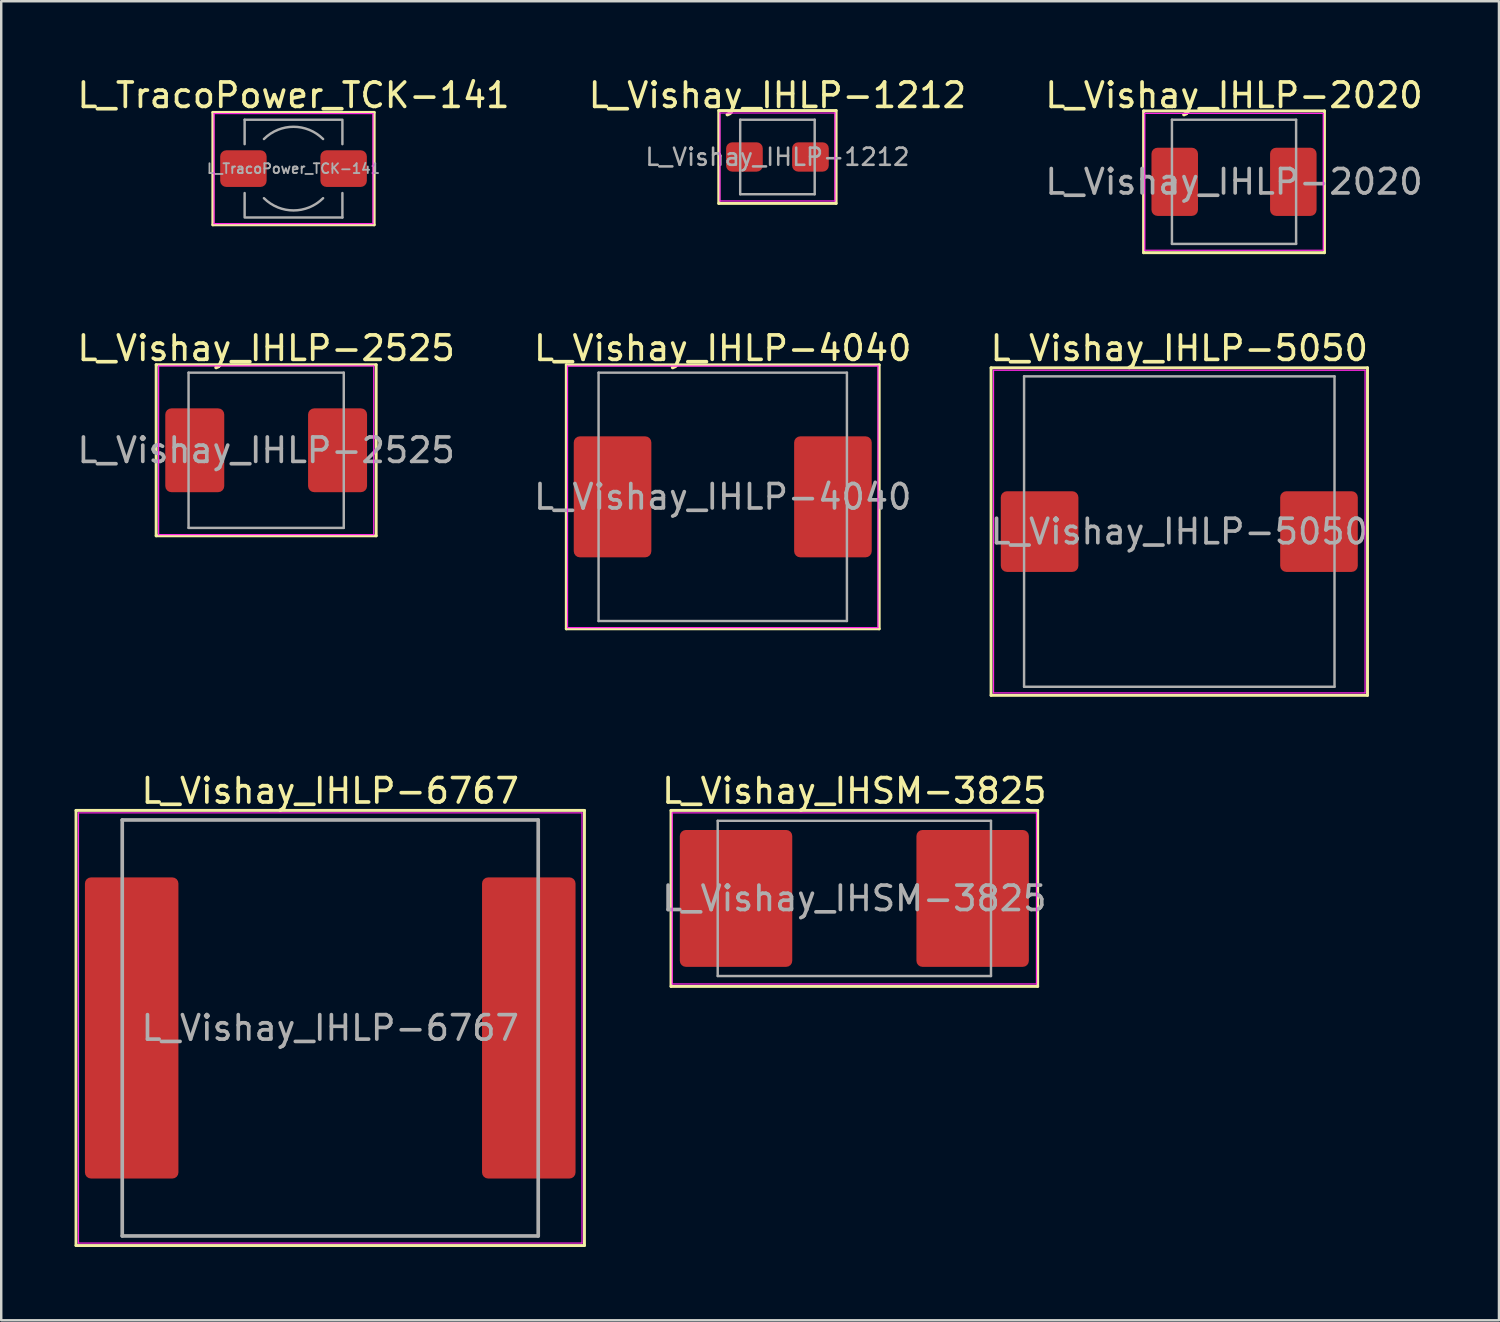
<source format=kicad_pcb>
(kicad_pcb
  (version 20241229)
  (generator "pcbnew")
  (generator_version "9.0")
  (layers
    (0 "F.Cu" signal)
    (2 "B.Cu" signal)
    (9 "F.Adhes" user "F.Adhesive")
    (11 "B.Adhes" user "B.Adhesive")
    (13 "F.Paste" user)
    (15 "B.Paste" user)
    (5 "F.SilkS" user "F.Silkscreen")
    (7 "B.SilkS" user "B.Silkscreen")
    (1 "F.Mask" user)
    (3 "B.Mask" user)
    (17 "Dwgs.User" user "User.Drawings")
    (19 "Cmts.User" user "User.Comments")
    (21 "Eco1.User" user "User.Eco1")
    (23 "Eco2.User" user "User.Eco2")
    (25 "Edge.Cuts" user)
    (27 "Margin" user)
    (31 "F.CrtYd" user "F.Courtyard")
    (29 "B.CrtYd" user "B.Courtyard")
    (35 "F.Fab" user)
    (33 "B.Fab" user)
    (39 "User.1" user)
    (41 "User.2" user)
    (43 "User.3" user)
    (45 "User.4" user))
  (footprint "L_Vishay_IHLP-2525"
    (layer "F.Cu")
    (at 7.839 15.371)
    (property "Reference" "L_Vishay_IHLP-2525" (at 0 -4.175 0) (layer "F.SilkS") (effects (font (size 1 1) (thickness 0.15))))
    (attr smd)
    (fp_line (start -4.5 -3.5) (end -4.5 3.5) (stroke (width 0.12) (type solid)) (layer "F.SilkS"))
    (fp_line (start -4.5 3.5) (end 4.5 3.5) (stroke (width 0.12) (type solid)) (layer "F.SilkS"))
    (fp_line (start 4.5 -3.5) (end -4.5 -3.5) (stroke (width 0.12) (type solid)) (layer "F.SilkS"))
    (fp_line (start 4.5 3.5) (end 4.5 -3.5) (stroke (width 0.12) (type solid)) (layer "F.SilkS"))
    (fp_line (start -4.4 -3.45) (end -4.4 3.45) (stroke (width 0.05) (type solid)) (layer "F.CrtYd"))
    (fp_line (start -4.4 3.45) (end 4.4 3.45) (stroke (width 0.05) (type solid)) (layer "F.CrtYd"))
    (fp_line (start 4.4 -3.45) (end -4.4 -3.45) (stroke (width 0.05) (type solid)) (layer "F.CrtYd"))
    (fp_line (start 4.4 3.45) (end 4.4 -3.45) (stroke (width 0.05) (type solid)) (layer "F.CrtYd"))
    (fp_line (start -3.175 -3.175) (end -3.175 3.175) (stroke (width 0.1) (type solid)) (layer "F.Fab"))
    (fp_line (start -3.175 3.175) (end 3.175 3.175) (stroke (width 0.1) (type solid)) (layer "F.Fab"))
    (fp_line (start 3.175 -3.175) (end -3.175 -3.175) (stroke (width 0.1) (type solid)) (layer "F.Fab"))
    (fp_line (start 3.175 3.175) (end 3.175 -3.175) (stroke (width 0.1) (type solid)) (layer "F.Fab"))
    (fp_text user "${REFERENCE}" (at 0 0 0) (layer "F.Fab") (effects (font (size 1 1) (thickness 0.15))))
    (pad "1" smd roundrect (at -2.921 0) (size 2.413 3.429) (layers "F.Cu" "F.Mask" "F.Paste") (roundrect_rratio 0.104))
    (pad "2" smd roundrect (at 2.921 0) (size 2.413 3.429) (layers "F.Cu" "F.Mask" "F.Paste") (roundrect_rratio 0.104)))
  (footprint "L_Vishay_IHLP-4040"
    (layer "F.Cu")
    (at 26.518 17.276)
    (property "Reference" "L_Vishay_IHLP-4040" (at 0 -6.08 0) (layer "F.SilkS") (effects (font (size 1 1) (thickness 0.15))))
    (attr smd)
    (fp_line (start -6.4 -5.4) (end -6.4 5.4) (stroke (width 0.12) (type solid)) (layer "F.SilkS"))
    (fp_line (start -6.4 5.4) (end 6.4 5.4) (stroke (width 0.12) (type solid)) (layer "F.SilkS"))
    (fp_line (start 6.4 -5.4) (end -6.4 -5.4) (stroke (width 0.12) (type solid)) (layer "F.SilkS"))
    (fp_line (start 6.4 5.4) (end 6.4 -5.4) (stroke (width 0.12) (type solid)) (layer "F.SilkS"))
    (fp_line (start -6.35 -5.35) (end -6.35 5.35) (stroke (width 0.05) (type solid)) (layer "F.CrtYd"))
    (fp_line (start -6.35 5.35) (end 6.35 5.35) (stroke (width 0.05) (type solid)) (layer "F.CrtYd"))
    (fp_line (start 6.35 -5.35) (end -6.35 -5.35) (stroke (width 0.05) (type solid)) (layer "F.CrtYd"))
    (fp_line (start 6.35 5.35) (end 6.35 -5.35) (stroke (width 0.05) (type solid)) (layer "F.CrtYd"))
    (fp_line (start -5.08 -5.08) (end -5.08 5.08) (stroke (width 0.1) (type solid)) (layer "F.Fab"))
    (fp_line (start -5.08 5.08) (end 5.08 5.08) (stroke (width 0.1) (type solid)) (layer "F.Fab"))
    (fp_line (start 5.08 -5.08) (end -5.08 -5.08) (stroke (width 0.1) (type solid)) (layer "F.Fab"))
    (fp_line (start 5.08 5.08) (end 5.08 -5.08) (stroke (width 0.1) (type solid)) (layer "F.Fab"))
    (fp_text user "${REFERENCE}" (at 0 0 0) (layer "F.Fab") (effects (font (size 1 1) (thickness 0.15))))
    (pad "1" smd roundrect (at -4.508 0) (size 3.175 4.95) (layers "F.Cu" "F.Mask" "F.Paste") (roundrect_rratio 0.079))
    (pad "2" smd roundrect (at 4.508 0) (size 3.175 4.95) (layers "F.Cu" "F.Mask" "F.Paste") (roundrect_rratio 0.079)))
  (footprint "L_Vishay_IHLP-5050"
    (layer "F.Cu")
    (at 45.196 18.697)
    (property "Reference" "L_Vishay_IHLP-5050" (at 0 -7.5 0) (layer "F.SilkS") (effects (font (size 1 1) (thickness 0.15))))
    (attr smd)
    (fp_line (start -7.7 -6.7) (end -7.7 6.7) (stroke (width 0.12) (type solid)) (layer "F.SilkS"))
    (fp_line (start -7.7 6.7) (end 7.7 6.7) (stroke (width 0.12) (type solid)) (layer "F.SilkS"))
    (fp_line (start 7.7 -6.7) (end -7.7 -6.7) (stroke (width 0.12) (type solid)) (layer "F.SilkS"))
    (fp_line (start 7.7 6.7) (end 7.7 -6.7) (stroke (width 0.12) (type solid)) (layer "F.SilkS"))
    (fp_line (start -7.6 -6.6) (end -7.6 6.6) (stroke (width 0.05) (type solid)) (layer "F.CrtYd"))
    (fp_line (start -7.6 6.6) (end 7.6 6.6) (stroke (width 0.05) (type solid)) (layer "F.CrtYd"))
    (fp_line (start 7.6 -6.6) (end -7.6 -6.6) (stroke (width 0.05) (type solid)) (layer "F.CrtYd"))
    (fp_line (start 7.6 6.6) (end 7.6 -6.6) (stroke (width 0.05) (type solid)) (layer "F.CrtYd"))
    (fp_line (start -6.35 -6.35) (end -6.35 6.35) (stroke (width 0.1) (type solid)) (layer "F.Fab"))
    (fp_line (start -6.35 6.35) (end 6.35 6.35) (stroke (width 0.1) (type solid)) (layer "F.Fab"))
    (fp_line (start 6.35 -6.35) (end -6.35 -6.35) (stroke (width 0.1) (type solid)) (layer "F.Fab"))
    (fp_line (start 6.35 6.35) (end 6.35 -6.35) (stroke (width 0.1) (type solid)) (layer "F.Fab"))
    (fp_text user "${REFERENCE}" (at 0 0 0) (layer "F.Fab") (effects (font (size 1 1) (thickness 0.15))))
    (pad "1" smd roundrect (at -5.715 0) (size 3.175 3.3) (layers "F.Cu" "F.Mask" "F.Paste") (roundrect_rratio 0.079))
    (pad "2" smd roundrect (at 5.715 0) (size 3.175 3.3) (layers "F.Cu" "F.Mask" "F.Paste") (roundrect_rratio 0.079)))
  (footprint "L_Vishay_IHLP-2020"
    (layer "F.Cu")
    (at 47.435 4.388)
    (property "Reference" "L_Vishay_IHLP-2020" (at 0 -3.54 0) (layer "F.SilkS") (effects (font (size 1 1) (thickness 0.15))))
    (attr smd)
    (fp_line (start -3.7 -2.9) (end -3.7 2.9) (stroke (width 0.12) (type solid)) (layer "F.SilkS"))
    (fp_line (start -3.7 2.9) (end 3.7 2.9) (stroke (width 0.12) (type solid)) (layer "F.SilkS"))
    (fp_line (start 3.7 -2.9) (end -3.7 -2.9) (stroke (width 0.12) (type solid)) (layer "F.SilkS"))
    (fp_line (start 3.7 2.9) (end 3.7 -2.9) (stroke (width 0.12) (type solid)) (layer "F.SilkS"))
    (fp_line (start -3.65 -2.8) (end -3.65 2.8) (stroke (width 0.05) (type solid)) (layer "F.CrtYd"))
    (fp_line (start -3.65 2.8) (end 3.65 2.8) (stroke (width 0.05) (type solid)) (layer "F.CrtYd"))
    (fp_line (start 3.65 -2.8) (end -3.65 -2.8) (stroke (width 0.05) (type solid)) (layer "F.CrtYd"))
    (fp_line (start 3.65 2.8) (end 3.65 -2.8) (stroke (width 0.05) (type solid)) (layer "F.CrtYd"))
    (fp_line (start -2.54 -2.54) (end -2.54 2.54) (stroke (width 0.1) (type solid)) (layer "F.Fab"))
    (fp_line (start -2.54 2.54) (end 2.54 2.54) (stroke (width 0.1) (type solid)) (layer "F.Fab"))
    (fp_line (start 2.54 -2.54) (end -2.54 -2.54) (stroke (width 0.1) (type solid)) (layer "F.Fab"))
    (fp_line (start 2.54 2.54) (end 2.54 -2.54) (stroke (width 0.1) (type solid)) (layer "F.Fab"))
    (fp_text user "${REFERENCE}" (at 0 0 0) (layer "F.Fab") (effects (font (size 1 1) (thickness 0.15))))
    (pad "1" smd roundrect (at -2.426 0) (size 1.903 2.79) (layers "F.Cu" "F.Mask" "F.Paste") (roundrect_rratio 0.131))
    (pad "2" smd roundrect (at 2.426 0) (size 1.903 2.79) (layers "F.Cu" "F.Mask" "F.Paste") (roundrect_rratio 0.131)))
  (footprint "L_Vishay_IHSM-3825"
    (layer "F.Cu")
    (at 31.902 33.705)
    (property "Reference" "L_Vishay_IHSM-3825" (at 0 -4.4 0) (layer "F.SilkS") (effects (font (size 1 1) (thickness 0.15))))
    (attr smd)
    (fp_line (start -7.5 -3.6) (end -7.5 3.6) (stroke (width 0.12) (type solid)) (layer "F.SilkS"))
    (fp_line (start -7.5 3.6) (end 7.5 3.6) (stroke (width 0.12) (type solid)) (layer "F.SilkS"))
    (fp_line (start 7.5 -3.6) (end -7.5 -3.6) (stroke (width 0.12) (type solid)) (layer "F.SilkS"))
    (fp_line (start 7.5 3.6) (end 7.5 -3.6) (stroke (width 0.12) (type solid)) (layer "F.SilkS"))
    (fp_line (start -7.45 -3.5) (end -7.45 3.5) (stroke (width 0.05) (type solid)) (layer "F.CrtYd"))
    (fp_line (start -7.45 3.5) (end 7.45 3.5) (stroke (width 0.05) (type solid)) (layer "F.CrtYd"))
    (fp_line (start 7.45 -3.5) (end -7.45 -3.5) (stroke (width 0.05) (type solid)) (layer "F.CrtYd"))
    (fp_line (start 7.45 3.5) (end 7.45 -3.5) (stroke (width 0.05) (type solid)) (layer "F.CrtYd"))
    (fp_line (start -5.59 -3.175) (end -5.59 3.175) (stroke (width 0.1) (type solid)) (layer "F.Fab"))
    (fp_line (start -5.59 3.175) (end 5.59 3.175) (stroke (width 0.1) (type solid)) (layer "F.Fab"))
    (fp_line (start 5.59 -3.175) (end -5.59 -3.175) (stroke (width 0.1) (type solid)) (layer "F.Fab"))
    (fp_line (start 5.59 3.175) (end 5.59 -3.175) (stroke (width 0.1) (type solid)) (layer "F.Fab"))
    (fp_text user "${REFERENCE}" (at 0 0 0) (layer "F.Fab") (effects (font (size 1 1) (thickness 0.15))))
    (pad "1" smd roundrect (at -4.84 0) (size 4.6 5.6) (layers "F.Cu" "F.Mask" "F.Paste") (roundrect_rratio 0.054))
    (pad "2" smd roundrect (at 4.84 0) (size 4.6 5.6) (layers "F.Cu" "F.Mask" "F.Paste") (roundrect_rratio 0.054)))
  (footprint "L_TracoPower_TCK-141"
    (layer "F.Cu")
    (at 8.958 3.848)
    (property "Reference" "L_TracoPower_TCK-141" (at 0 -3 0) (layer "F.SilkS") (effects (font (size 1 1) (thickness 0.15))))
    (attr smd)
    (fp_line (start -3.3 -2.3) (end -3.3 2.3) (stroke (width 0.12) (type solid)) (layer "F.SilkS"))
    (fp_line (start -3.3 2.3) (end 3.3 2.3) (stroke (width 0.12) (type solid)) (layer "F.SilkS"))
    (fp_line (start 3.3 -2.3) (end -3.3 -2.3) (stroke (width 0.12) (type solid)) (layer "F.SilkS"))
    (fp_line (start 3.3 2.3) (end 3.3 -2.3) (stroke (width 0.12) (type solid)) (layer "F.SilkS"))
    (fp_line (start -3.25 -2.25) (end -3.25 2.25) (stroke (width 0.05) (type solid)) (layer "F.CrtYd"))
    (fp_line (start -3.25 -2.25) (end 3.25 -2.25) (stroke (width 0.05) (type solid)) (layer "F.CrtYd"))
    (fp_line (start -3.25 2.25) (end 3.25 2.25) (stroke (width 0.05) (type solid)) (layer "F.CrtYd"))
    (fp_line (start 3.25 2.25) (end 3.25 -2.25) (stroke (width 0.05) (type solid)) (layer "F.CrtYd"))
    (fp_line (start -2 -2) (end -2 -1) (stroke (width 0.1) (type solid)) (layer "F.Fab"))
    (fp_line (start -2 -2) (end 2 -2) (stroke (width 0.1) (type solid)) (layer "F.Fab"))
    (fp_line (start -2 1.95) (end -2 1) (stroke (width 0.1) (type solid)) (layer "F.Fab"))
    (fp_line (start -2 2) (end 2 2) (stroke (width 0.1) (type solid)) (layer "F.Fab"))
    (fp_line (start 2 -1.95) (end 2 -1) (stroke (width 0.1) (type solid)) (layer "F.Fab"))
    (fp_line (start 2 2) (end 2 1) (stroke (width 0.1) (type solid)) (layer "F.Fab"))
    (fp_arc (start -1.21 -1.21) (mid 0 -1.711198) (end 1.21 -1.21) (stroke (width 0.1) (type solid)) (layer "F.Fab"))
    (fp_arc (start 1.21 1.21) (mid 0 1.711198) (end -1.21 1.21) (stroke (width 0.1) (type solid)) (layer "F.Fab"))
    (fp_text user "${REFERENCE}" (at 0 0 0) (layer "F.Fab") (effects (font (size 0.4 0.4) (thickness 0.075))))
    (pad "1" smd roundrect (at -2.05 0) (size 1.9 1.5) (layers "F.Cu" "F.Mask" "F.Paste") (roundrect_rratio 0.167))
    (pad "2" smd roundrect (at 2.05 0) (size 1.9 1.5) (layers "F.Cu" "F.Mask" "F.Paste") (roundrect_rratio 0.167)))
  (footprint "L_Vishay_IHLP-1212"
    (layer "F.Cu")
    (at 28.756 3.372)
    (property "Reference" "L_Vishay_IHLP-1212" (at 0 -2.524 0) (layer "F.SilkS") (effects (font (size 1 1) (thickness 0.15))))
    (attr smd)
    (fp_line (start -2.4 -1.9) (end -2.4 1.9) (stroke (width 0.12) (type solid)) (layer "F.SilkS"))
    (fp_line (start -2.4 1.9) (end 2.4 1.9) (stroke (width 0.12) (type solid)) (layer "F.SilkS"))
    (fp_line (start 2.4 -1.9) (end -2.4 -1.9) (stroke (width 0.12) (type solid)) (layer "F.SilkS"))
    (fp_line (start 2.4 1.9) (end 2.4 -1.9) (stroke (width 0.12) (type solid)) (layer "F.SilkS"))
    (fp_line (start -2.35 -1.8) (end -2.35 1.8) (stroke (width 0.05) (type solid)) (layer "F.CrtYd"))
    (fp_line (start -2.35 1.8) (end 2.35 1.8) (stroke (width 0.05) (type solid)) (layer "F.CrtYd"))
    (fp_line (start 2.35 -1.8) (end -2.35 -1.8) (stroke (width 0.05) (type solid)) (layer "F.CrtYd"))
    (fp_line (start 2.35 1.8) (end 2.35 -1.8) (stroke (width 0.05) (type solid)) (layer "F.CrtYd"))
    (fp_line (start -1.524 -1.524) (end -1.524 1.524) (stroke (width 0.1) (type solid)) (layer "F.Fab"))
    (fp_line (start -1.524 1.524) (end 1.524 1.524) (stroke (width 0.1) (type solid)) (layer "F.Fab"))
    (fp_line (start 1.524 -1.524) (end -1.524 -1.524) (stroke (width 0.1) (type solid)) (layer "F.Fab"))
    (fp_line (start 1.524 1.524) (end 1.524 -1.524) (stroke (width 0.1) (type solid)) (layer "F.Fab"))
    (fp_text user "${REFERENCE}" (at 0 0 0) (layer "F.Fab") (effects (font (size 0.7 0.7) (thickness 0.105))))
    (pad "1" smd roundrect (at -1.35 0) (size 1.5 1.2) (layers "F.Cu" "F.Mask" "F.Paste") (roundrect_rratio 0.208))
    (pad "2" smd roundrect (at 1.35 0) (size 1.5 1.2) (layers "F.Cu" "F.Mask" "F.Paste") (roundrect_rratio 0.208)))
  (footprint "L_Vishay_IHLP-6767"
    (layer "F.Cu")
    (at 10.46 39.005)
    (property "Reference" "L_Vishay_IHLP-6767" (at 0 -9.7 0) (layer "F.SilkS") (effects (font (size 1 1) (thickness 0.15))))
    (attr smd)
    (fp_line (start -10.4 -8.9) (end -10.4 8.9) (stroke (width 0.12) (type solid)) (layer "F.SilkS"))
    (fp_line (start -10.4 8.9) (end 10.4 8.9) (stroke (width 0.12) (type solid)) (layer "F.SilkS"))
    (fp_line (start 10.4 -8.9) (end -10.4 -8.9) (stroke (width 0.12) (type solid)) (layer "F.SilkS"))
    (fp_line (start 10.4 8.9) (end 10.4 -8.9) (stroke (width 0.12) (type solid)) (layer "F.SilkS"))
    (fp_line (start -10.3 -8.8) (end -10.3 8.8) (stroke (width 0.05) (type solid)) (layer "F.CrtYd"))
    (fp_line (start -10.3 8.8) (end 10.3 8.8) (stroke (width 0.05) (type solid)) (layer "F.CrtYd"))
    (fp_line (start 10.3 -8.8) (end -10.3 -8.8) (stroke (width 0.05) (type solid)) (layer "F.CrtYd"))
    (fp_line (start 10.3 8.8) (end 10.3 -8.8) (stroke (width 0.05) (type solid)) (layer "F.CrtYd"))
    (fp_line (start -8.509 -8.509) (end -8.509 8.509) (stroke (width 0.15) (type solid)) (layer "F.Fab"))
    (fp_line (start -8.509 8.509) (end 8.509 8.509) (stroke (width 0.15) (type solid)) (layer "F.Fab"))
    (fp_line (start 8.509 -8.509) (end -8.509 -8.509) (stroke (width 0.15) (type solid)) (layer "F.Fab"))
    (fp_line (start 8.509 8.509) (end 8.509 -8.509) (stroke (width 0.15) (type solid)) (layer "F.Fab"))
    (fp_text user "${REFERENCE}" (at 0 0 0) (layer "F.Fab") (effects (font (size 1 1) (thickness 0.15))))
    (pad "1" smd roundrect (at -8.123 0) (size 3.825 12.32) (layers "F.Cu" "F.Mask" "F.Paste") (roundrect_rratio 0.065))
    (pad "2" smd roundrect (at 8.123 0) (size 3.825 12.32) (layers "F.Cu" "F.Mask" "F.Paste") (roundrect_rratio 0.065)))
  (gr_rect
    (start -3 -3)
    (end 58.274 50.965)
    (stroke (width 0.1) (type default))
    (fill no)
    (layer "Edge.Cuts")))
</source>
